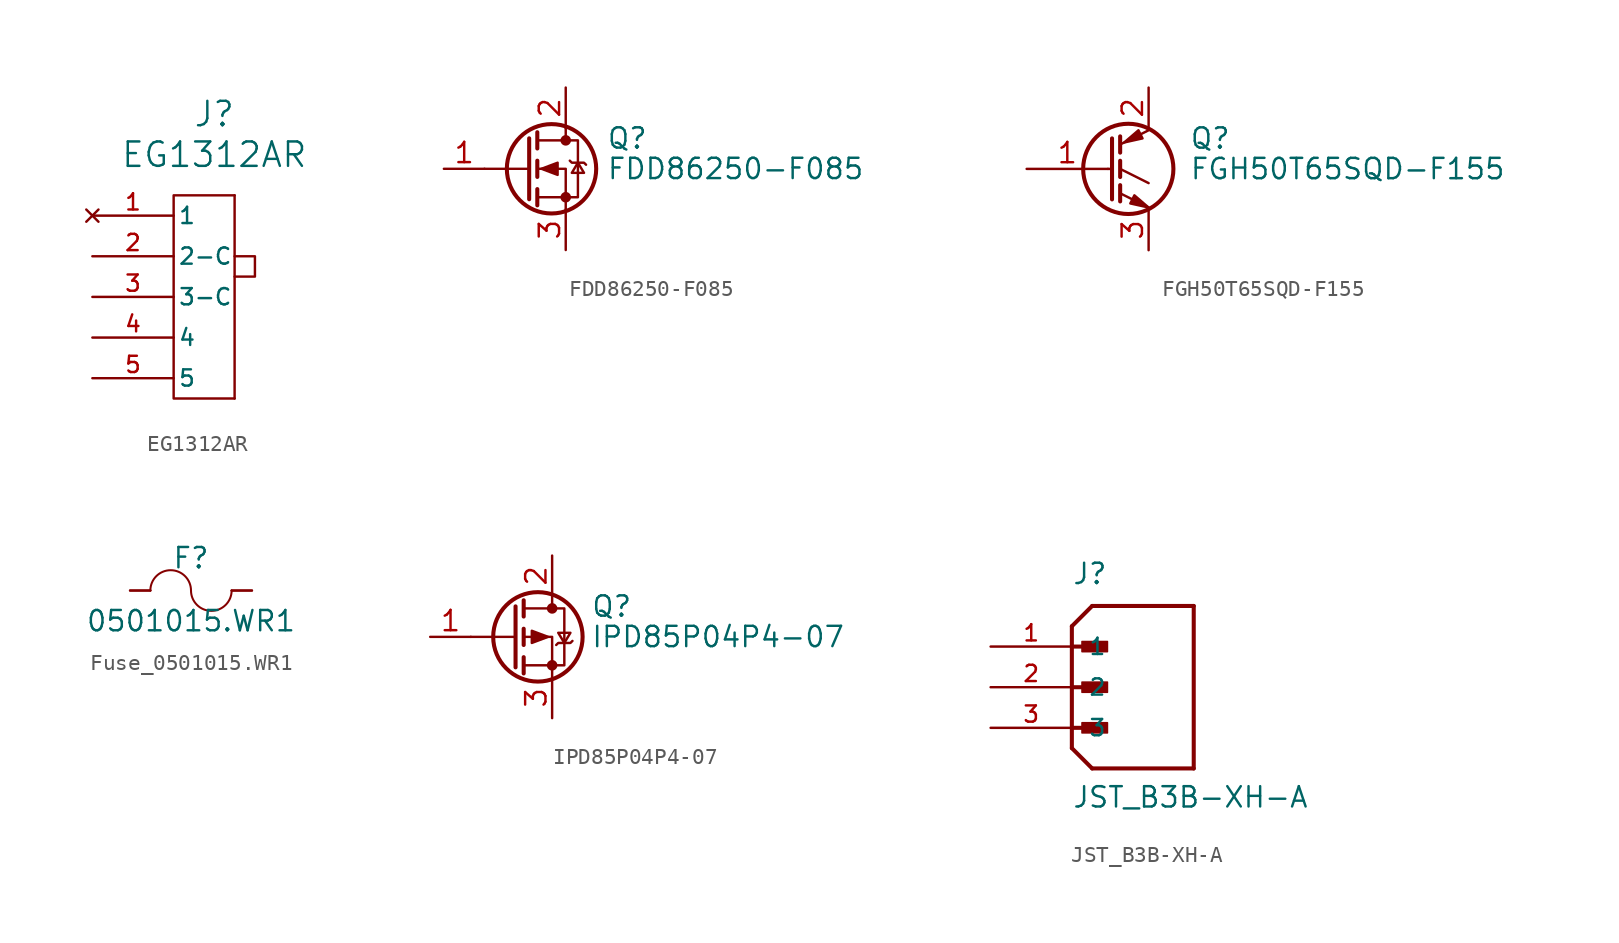
<source format=kicad_sym>
(kicad_symbol_lib
  (version 20241209)
  (generator "kicad_symbol_editor")
  (generator_version "9.0")
  (symbol "EG1312AR"
    (pin_names
      (offset 0.254))
    (property "Reference" "J"
      (at 1.27 11.43 0)
      (effects (font (size 1.524 1.524))))
    (property "Value" "EG1312AR"
      (at 1.27 8.89 0)
      (effects (font (size 1.524 1.524))))
    (symbol "EG1312AR_0_1"
      (polyline (pts (xy 2.54 2.54) (xy 3.81 2.54) (xy 3.81 1.27) (xy 2.54 1.27)) (stroke (width 0) (type default)) (fill (type none))))
    (symbol "EG1312AR_1_0"
      (pin no_connect line (at -6.35 5.08 0) (length 5.08) (name "1" (effects (font (size 1.016 1.016)))) (number "1" (effects (font (size 1.016 1.016)))))
      (pin input line (at -6.35 2.54 0) (length 5.08) (name "2-C" (effects (font (size 1.016 1.016)))) (number "2" (effects (font (size 1.016 1.016)))))
      (pin input line (at -6.35 0 0) (length 5.08) (name "3-C" (effects (font (size 1.016 1.016)))) (number "3" (effects (font (size 1.016 1.016)))))
      (pin output line (at -6.35 -2.54 0) (length 5.08) (name "4" (effects (font (size 1.016 1.016)))) (number "4" (effects (font (size 1.016 1.016)))))
      (pin output line (at -6.35 -5.08 0) (length 5.08) (name "5" (effects (font (size 1.016 1.016)))) (number "5" (effects (font (size 1.016 1.016))))))
    (symbol "EG1312AR_1_1"
      (polyline (pts (xy 2.54 6.35) (xy 2.54 -6.35)) (stroke (width 0) (type default)) (fill (type none)))
      (polyline (pts (xy 2.54 -6.35) (xy -1.27 -6.35) (xy -1.27 6.35) (xy 2.54 6.35)) (stroke (width 0) (type default)) (fill (type none)))))
  (symbol "FDD86250-F085"
    (pin_names
      (hide yes))
    (property "Reference" "Q"
      (at 5.08 1.905 0)
      (effects (font (size 1.27 1.27)) (justify left)))
    (property "Value" "FDD86250-F085"
      (at 5.08 0 0)
      (effects (font (size 1.27 1.27)) (justify left)))
    (symbol "FDD86250-F085_0_1"
      (polyline (pts (xy 0.254 1.905) (xy 0.254 -1.905)) (stroke (width 0.254) (type default)) (fill (type none)))
      (polyline (pts (xy 0.254 0) (xy -2.54 0)) (stroke (width 0) (type default)) (fill (type none)))
      (polyline (pts (xy 0.762 2.286) (xy 0.762 1.27)) (stroke (width 0.254) (type default)) (fill (type none)))
      (polyline (pts (xy 0.762 0.508) (xy 0.762 -0.508)) (stroke (width 0.254) (type default)) (fill (type none)))
      (polyline (pts (xy 0.762 -1.27) (xy 0.762 -2.286)) (stroke (width 0.254) (type default)) (fill (type none)))
      (polyline (pts (xy 0.762 -1.778) (xy 3.302 -1.778) (xy 3.302 1.778) (xy 0.762 1.778)) (stroke (width 0) (type default)) (fill (type none)))
      (polyline (pts (xy 1.016 0) (xy 2.032 0.381) (xy 2.032 -0.381) (xy 1.016 0)) (stroke (width 0) (type default)) (fill (type outline)))
      (circle (center 1.651 0) (radius 2.794) (stroke (width 0.254) (type default)) (fill (type none)))
      (polyline (pts (xy 2.54 2.54) (xy 2.54 1.778)) (stroke (width 0) (type default)) (fill (type none)))
      (circle (center 2.54 1.778) (radius 0.254) (stroke (width 0) (type default)) (fill (type outline)))
      (circle (center 2.54 -1.778) (radius 0.254) (stroke (width 0) (type default)) (fill (type outline)))
      (polyline (pts (xy 2.54 -2.54) (xy 2.54 0) (xy 0.762 0)) (stroke (width 0) (type default)) (fill (type none)))
      (polyline (pts (xy 2.794 0.508) (xy 2.921 0.381) (xy 3.683 0.381) (xy 3.81 0.254)) (stroke (width 0) (type default)) (fill (type none)))
      (polyline (pts (xy 3.302 0.381) (xy 2.921 -0.254) (xy 3.683 -0.254) (xy 3.302 0.381)) (stroke (width 0) (type default)) (fill (type none))))
    (symbol "FDD86250-F085_1_1"
      (pin passive line (at -5.08 0 0) (length 2.54) (name "G" (effects (font (size 1.27 1.27)))) (number "1" (effects (font (size 1.27 1.27)))))
      (pin passive line (at 2.54 5.08 270) (length 2.54) (name "D" (effects (font (size 1.27 1.27)))) (number "2" (effects (font (size 1.27 1.27)))))
      (pin passive line (at 2.54 -5.08 90) (length 2.54) (name "S" (effects (font (size 1.27 1.27)))) (number "3" (effects (font (size 1.27 1.27)))))))
  (symbol "FGH50T65SQD-F155"
    (pin_names
      (offset 0)
      (hide yes))
    (property "Reference" "Q"
      (at 5.08 1.905 0)
      (effects (font (size 1.27 1.27)) (justify left)))
    (property "Value" "FGH50T65SQD-F155"
      (at 5.08 0 0)
      (effects (font (size 1.27 1.27)) (justify left)))
    (symbol "FGH50T65SQD-F155_0_1"
      (polyline (pts (xy 0 0) (xy 0.254 0)) (stroke (width 0) (type default)) (fill (type none)))
      (polyline (pts (xy 0.254 1.905) (xy 0.254 -1.905) (xy 0.254 -1.905)) (stroke (width 0.254) (type default)) (fill (type none)))
      (polyline (pts (xy 0.762 2.032) (xy 0.762 1.016)) (stroke (width 0.254) (type default)) (fill (type none)))
      (polyline (pts (xy 0.762 0.508) (xy 0.762 -0.508)) (stroke (width 0.254) (type default)) (fill (type none)))
      (polyline (pts (xy 0.762 -1.016) (xy 0.762 -2.032)) (stroke (width 0.254) (type default)) (fill (type none)))
      (circle (center 1.27 0) (radius 2.819) (stroke (width 0.254) (type default)) (fill (type none)))
      (polyline (pts (xy 1.397 -2.159) (xy 1.651 -1.651) (xy 2.54 -2.413) (xy 1.397 -2.159)) (stroke (width 0) (type default)) (fill (type outline)))
      (polyline (pts (xy 2.159 1.905) (xy 1.905 2.413) (xy 1.016 1.651) (xy 2.159 1.905)) (stroke (width 0) (type default)) (fill (type outline)))
      (polyline (pts (xy 2.54 2.413) (xy 0.762 1.524)) (stroke (width 0) (type default)) (fill (type none)))
      (polyline (pts (xy 2.54 -0.889) (xy 0.762 0)) (stroke (width 0) (type default)) (fill (type none)))
      (polyline (pts (xy 2.54 -2.413) (xy 0.762 -1.524)) (stroke (width 0) (type default)) (fill (type none))))
    (symbol "FGH50T65SQD-F155_1_1"
      (pin input line (at -5.08 0 0) (length 5.08) (name "G" (effects (font (size 1.27 1.27)))) (number "1" (effects (font (size 1.27 1.27)))))
      (pin passive line (at 2.54 5.08 270) (length 2.54) (name "C" (effects (font (size 1.27 1.27)))) (number "2" (effects (font (size 1.27 1.27)))))
      (pin passive line (at 2.54 -5.08 90) (length 2.54) (name "E" (effects (font (size 1.27 1.27)))) (number "3" (effects (font (size 1.27 1.27)))))))
  (symbol "Fuse_0501015.WR1"
    (pin_numbers
      (hide yes))
    (pin_names
      (offset 0))
    (property "Reference" "F"
      (at 0 2.032 0)
      (effects (font (size 1.27 1.27))))
    (property "Value" "0501015.WR1"
      (at 0 -1.905 0)
      (effects (font (size 1.27 1.27))))
    (symbol "Fuse_0501015.WR1_0_1"
      (polyline (pts (xy -3.81 0) (xy -2.54 0)) (stroke (width 0.127) (type default)) (fill (type none)))
      (arc (start -2.54 0) (mid -1.27 1.2645) (end 0 0) (stroke (width 0.127) (type default)) (fill (type none)))
      (arc (start 2.54 0) (mid 1.27 -1.2645) (end 0 0) (stroke (width 0.127) (type default)) (fill (type none)))
      (polyline (pts (xy 2.54 0) (xy 3.81 0)) (stroke (width 0.127) (type default)) (fill (type none))))
    (symbol "Fuse_0501015.WR1_1_1"
      (pin passive line (at -3.81 0 0) (length 1.27) (name "~" (effects (font (size 1.27 1.27)))) (number "1" (effects (font (size 1.27 1.27)))))
      (pin passive line (at 3.81 0 180) (length 1.27) (name "~" (effects (font (size 1.27 1.27)))) (number "2" (effects (font (size 1.27 1.27)))))))
  (symbol "IPD85P04P4-07"
    (pin_names
      (hide yes))
    (property "Reference" "Q"
      (at 4.953 1.905 0)
      (effects (font (size 1.27 1.27)) (justify left)))
    (property "Value" "IPD85P04P4-07"
      (at 4.953 0 0)
      (effects (font (size 1.27 1.27)) (justify left)))
    (symbol "IPD85P04P4-07_0_1"
      (polyline (pts (xy 0.254 1.905) (xy 0.254 -1.905)) (stroke (width 0.254) (type default)) (fill (type none)))
      (polyline (pts (xy 0.254 0) (xy -2.54 0)) (stroke (width 0) (type default)) (fill (type none)))
      (polyline (pts (xy 0.762 2.286) (xy 0.762 1.27)) (stroke (width 0.254) (type default)) (fill (type none)))
      (polyline (pts (xy 0.762 1.778) (xy 3.302 1.778) (xy 3.302 -1.778) (xy 0.762 -1.778)) (stroke (width 0) (type default)) (fill (type none)))
      (polyline (pts (xy 0.762 0.508) (xy 0.762 -0.508)) (stroke (width 0.254) (type default)) (fill (type none)))
      (polyline (pts (xy 0.762 -1.27) (xy 0.762 -2.286)) (stroke (width 0.254) (type default)) (fill (type none)))
      (circle (center 1.651 0) (radius 2.794) (stroke (width 0.254) (type default)) (fill (type none)))
      (polyline (pts (xy 2.286 0) (xy 1.27 0.381) (xy 1.27 -0.381) (xy 2.286 0)) (stroke (width 0) (type default)) (fill (type outline)))
      (polyline (pts (xy 2.54 2.54) (xy 2.54 1.778)) (stroke (width 0) (type default)) (fill (type none)))
      (circle (center 2.54 1.778) (radius 0.254) (stroke (width 0) (type default)) (fill (type outline)))
      (circle (center 2.54 -1.778) (radius 0.254) (stroke (width 0) (type default)) (fill (type outline)))
      (polyline (pts (xy 2.54 -2.54) (xy 2.54 0) (xy 0.762 0)) (stroke (width 0) (type default)) (fill (type none)))
      (polyline (pts (xy 2.794 -0.508) (xy 2.921 -0.381) (xy 3.683 -0.381) (xy 3.81 -0.254)) (stroke (width 0) (type default)) (fill (type none)))
      (polyline (pts (xy 3.302 -0.381) (xy 2.921 0.254) (xy 3.683 0.254) (xy 3.302 -0.381)) (stroke (width 0) (type default)) (fill (type none))))
    (symbol "IPD85P04P4-07_1_1"
      (pin input line (at -5.08 0 0) (length 2.54) (name "G" (effects (font (size 1.27 1.27)))) (number "1" (effects (font (size 1.27 1.27)))))
      (pin passive line (at 2.54 5.08 270) (length 2.54) (name "D" (effects (font (size 1.27 1.27)))) (number "2" (effects (font (size 1.27 1.27)))))
      (pin passive line (at 2.54 -5.08 90) (length 2.54) (name "S" (effects (font (size 1.27 1.27)))) (number "3" (effects (font (size 1.27 1.27)))))))
  (symbol "JST_B3B-XH-A"
    (pin_names
      (offset 1.016))
    (property "Reference" "J"
      (at 0 6.35 0)
      (effects (font (size 1.27 1.27)) (justify left bottom)))
    (property "Value" "JST_B3B-XH-A"
      (at 0 -7.62 0)
      (effects (font (size 1.27 1.27)) (justify left bottom)))
    (symbol "JST_B3B-XH-A_0_0"
      (polyline (pts (xy 0 3.81) (xy 0 2.54)) (stroke (width 0.254) (type default)) (fill (type none)))
      (polyline (pts (xy 0 3.81) (xy 1.27 5.08)) (stroke (width 0.254) (type default)) (fill (type none)))
      (polyline (pts (xy 0 2.54) (xy 0 -3.81)) (stroke (width 0.254) (type default)) (fill (type none)))
      (polyline (pts (xy 0 2.54) (xy 1.905 2.54)) (stroke (width 0.254) (type default)) (fill (type none)))
      (polyline (pts (xy 0 0) (xy 1.905 0)) (stroke (width 0.254) (type default)) (fill (type none)))
      (polyline (pts (xy 0 -2.54) (xy 1.905 -2.54)) (stroke (width 0.254) (type default)) (fill (type none)))
      (polyline (pts (xy 0 -3.81) (xy 1.27 -5.08)) (stroke (width 0.254) (type default)) (fill (type none)))
      (rectangle (start 0.635 2.223) (end 2.223 2.857) (stroke (width 0.1) (type default)) (fill (type outline)))
      (rectangle (start 0.635 -0.318) (end 2.223 0.318) (stroke (width 0.1) (type default)) (fill (type outline)))
      (rectangle (start 0.635 -2.857) (end 2.223 -2.223) (stroke (width 0.1) (type default)) (fill (type outline)))
      (polyline (pts (xy 1.27 -5.08) (xy 7.62 -5.08)) (stroke (width 0.254) (type default)) (fill (type none)))
      (polyline (pts (xy 7.62 5.08) (xy 1.27 5.08)) (stroke (width 0.254) (type default)) (fill (type none)))
      (polyline (pts (xy 7.62 -5.08) (xy 7.62 5.08)) (stroke (width 0.254) (type default)) (fill (type none)))
      (pin passive line (at -5.08 2.54 0) (length 5.08) (name "1" (effects (font (size 1.016 1.016)))) (number "1" (effects (font (size 1.016 1.016)))))
      (pin passive line (at -5.08 0 0) (length 5.08) (name "2" (effects (font (size 1.016 1.016)))) (number "2" (effects (font (size 1.016 1.016)))))
      (pin passive line (at -5.08 -2.54 0) (length 5.08) (name "3" (effects (font (size 1.016 1.016)))) (number "3" (effects (font (size 1.016 1.016))))))))
</source>
